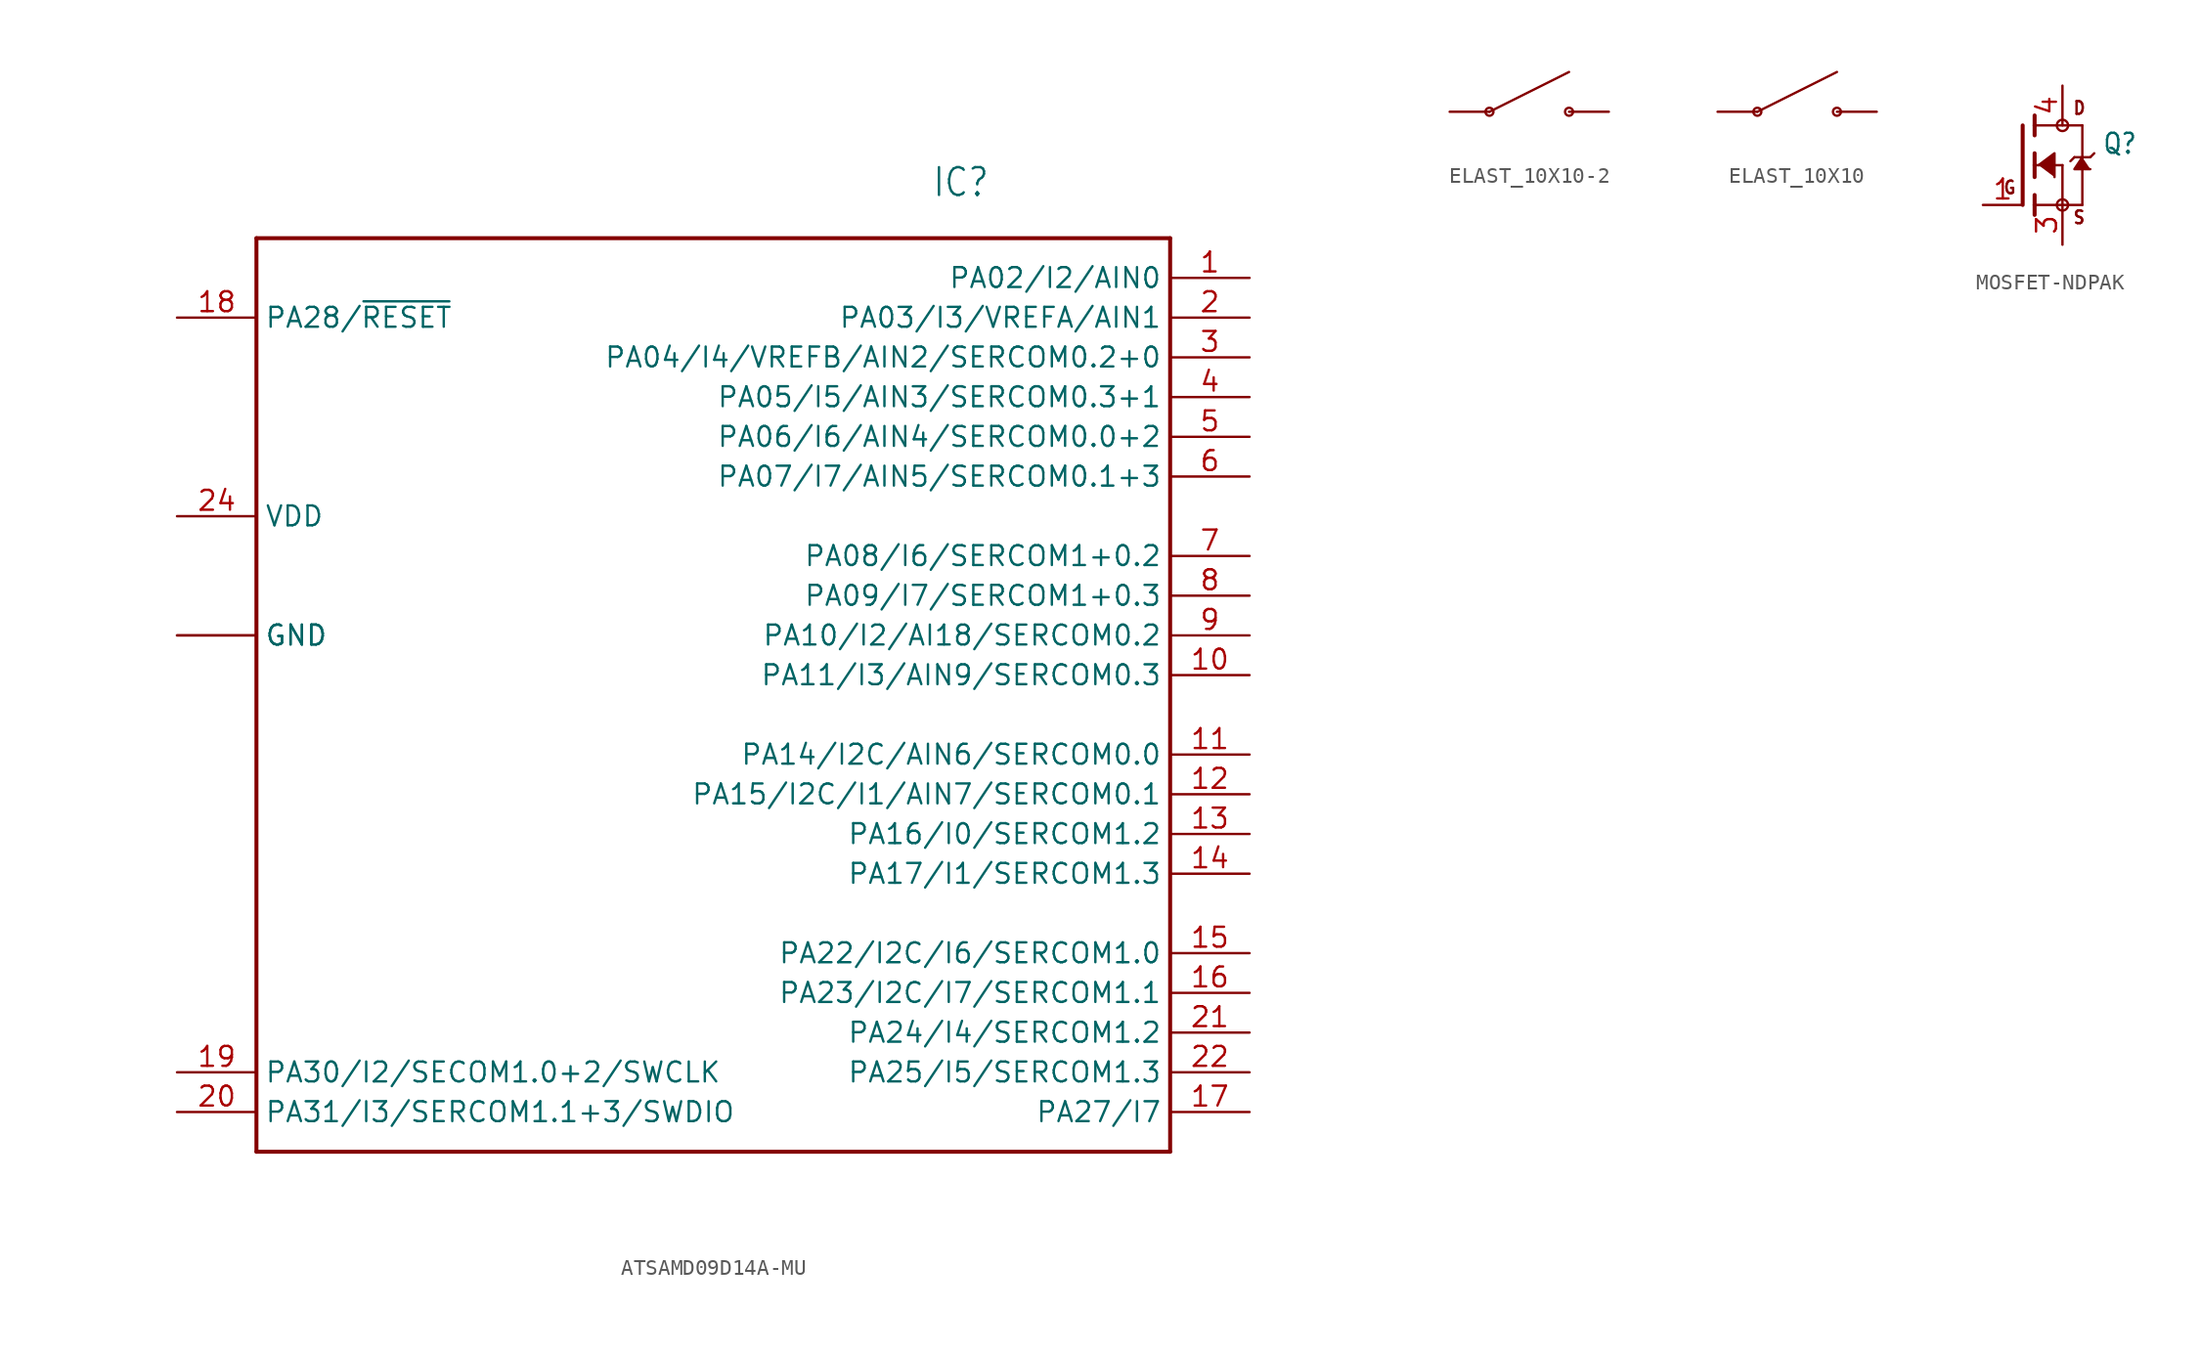
<source format=kicad_sym>
(kicad_symbol_lib
  (version 20220914)
  (generator kicad_symbol_editor)
  (symbol "ATSAMD09D14A-MU"
    (property "Reference" "IC"
      (at 12.7 33.02 0)
      (effects (font (size 1.778 1.511)) (justify left bottom)))
    (property "Value" ""
      (at -30.48 33.02 0)
      (effects (font (size 1.778 1.511)) (justify left bottom)))
    (property "ki_locked" ""
      (at 0 0 0)
      (effects (font (size 1.27 1.27))))
    (symbol "ATSAMD09D14A-MU_1_0"
      (polyline (pts (xy -30.48 -27.94) (xy -30.48 30.48)) (stroke (width 0.254) (type solid)) (fill (type none)))
      (polyline (pts (xy -30.48 30.48) (xy 27.94 30.48)) (stroke (width 0.254) (type solid)) (fill (type none)))
      (polyline (pts (xy 27.94 -27.94) (xy -30.48 -27.94)) (stroke (width 0.254) (type solid)) (fill (type none)))
      (polyline (pts (xy 27.94 30.48) (xy 27.94 -27.94)) (stroke (width 0.254) (type solid)) (fill (type none)))
      (pin bidirectional line (at 33.02 27.94 180) (length 5.08) (name "PA02/I2/AIN0" (effects (font (size 1.27 1.27)))) (number "1" (effects (font (size 1.27 1.27)))))
      (pin bidirectional line (at 33.02 2.54 180) (length 5.08) (name "PA11/I3/AIN9/SERCOM0.3" (effects (font (size 1.27 1.27)))) (number "10" (effects (font (size 1.27 1.27)))))
      (pin bidirectional line (at 33.02 -2.54 180) (length 5.08) (name "PA14/I2C/AIN6/SERCOM0.0" (effects (font (size 1.27 1.27)))) (number "11" (effects (font (size 1.27 1.27)))))
      (pin bidirectional line (at 33.02 -5.08 180) (length 5.08) (name "PA15/I2C/I1/AIN7/SERCOM0.1" (effects (font (size 1.27 1.27)))) (number "12" (effects (font (size 1.27 1.27)))))
      (pin bidirectional line (at 33.02 -7.62 180) (length 5.08) (name "PA16/I0/SERCOM1.2" (effects (font (size 1.27 1.27)))) (number "13" (effects (font (size 1.27 1.27)))))
      (pin bidirectional line (at 33.02 -10.16 180) (length 5.08) (name "PA17/I1/SERCOM1.3" (effects (font (size 1.27 1.27)))) (number "14" (effects (font (size 1.27 1.27)))))
      (pin bidirectional line (at 33.02 -15.24 180) (length 5.08) (name "PA22/I2C/I6/SERCOM1.0" (effects (font (size 1.27 1.27)))) (number "15" (effects (font (size 1.27 1.27)))))
      (pin bidirectional line (at 33.02 -17.78 180) (length 5.08) (name "PA23/I2C/I7/SERCOM1.1" (effects (font (size 1.27 1.27)))) (number "16" (effects (font (size 1.27 1.27)))))
      (pin bidirectional line (at 33.02 -25.4 180) (length 5.08) (name "PA27/I7" (effects (font (size 1.27 1.27)))) (number "17" (effects (font (size 1.27 1.27)))))
      (pin bidirectional line (at -35.56 25.4 0) (length 5.08) (name "PA28/~{RESET}" (effects (font (size 1.27 1.27)))) (number "18" (effects (font (size 1.27 1.27)))))
      (pin bidirectional line (at -35.56 -22.86 0) (length 5.08) (name "PA30/I2/SECOM1.0+2/SWCLK" (effects (font (size 1.27 1.27)))) (number "19" (effects (font (size 1.27 1.27)))))
      (pin bidirectional line (at 33.02 25.4 180) (length 5.08) (name "PA03/I3/VREFA/AIN1" (effects (font (size 1.27 1.27)))) (number "2" (effects (font (size 1.27 1.27)))))
      (pin bidirectional line (at -35.56 -25.4 0) (length 5.08) (name "PA31/I3/SERCOM1.1+3/SWDIO" (effects (font (size 1.27 1.27)))) (number "20" (effects (font (size 1.27 1.27)))))
      (pin bidirectional line (at 33.02 -20.32 180) (length 5.08) (name "PA24/I4/SERCOM1.2" (effects (font (size 1.27 1.27)))) (number "21" (effects (font (size 1.27 1.27)))))
      (pin bidirectional line (at 33.02 -22.86 180) (length 5.08) (name "PA25/I5/SERCOM1.3" (effects (font (size 1.27 1.27)))) (number "22" (effects (font (size 1.27 1.27)))))
      (pin power_in line (at -35.56 5.08 0) (length 5.08) (name "GND" (effects (font (size 1.27 1.27)))) (number "23" (effects (font (size 0 0)))))
      (pin power_in line (at -35.56 12.7 0) (length 5.08) (name "VDD" (effects (font (size 1.27 1.27)))) (number "24" (effects (font (size 1.27 1.27)))))
      (pin bidirectional line (at 33.02 22.86 180) (length 5.08) (name "PA04/I4/VREFB/AIN2/SERCOM0.2+0" (effects (font (size 1.27 1.27)))) (number "3" (effects (font (size 1.27 1.27)))))
      (pin bidirectional line (at 33.02 20.32 180) (length 5.08) (name "PA05/I5/AIN3/SERCOM0.3+1" (effects (font (size 1.27 1.27)))) (number "4" (effects (font (size 1.27 1.27)))))
      (pin bidirectional line (at 33.02 17.78 180) (length 5.08) (name "PA06/I6/AIN4/SERCOM0.0+2" (effects (font (size 1.27 1.27)))) (number "5" (effects (font (size 1.27 1.27)))))
      (pin bidirectional line (at 33.02 15.24 180) (length 5.08) (name "PA07/I7/AIN5/SERCOM0.1+3" (effects (font (size 1.27 1.27)))) (number "6" (effects (font (size 1.27 1.27)))))
      (pin bidirectional line (at 33.02 10.16 180) (length 5.08) (name "PA08/I6/SERCOM1+0.2" (effects (font (size 1.27 1.27)))) (number "7" (effects (font (size 1.27 1.27)))))
      (pin bidirectional line (at 33.02 7.62 180) (length 5.08) (name "PA09/I7/SERCOM1+0.3" (effects (font (size 1.27 1.27)))) (number "8" (effects (font (size 1.27 1.27)))))
      (pin bidirectional line (at 33.02 5.08 180) (length 5.08) (name "PA10/I2/AI18/SERCOM0.2" (effects (font (size 1.27 1.27)))) (number "9" (effects (font (size 1.27 1.27)))))
      (pin power_in line (at -35.56 5.08 0) (length 5.08) (name "GND" (effects (font (size 1.27 1.27)))) (number "THERM" (effects (font (size 0 0)))))))
  (symbol "ELAST_10X10-2"
    (property "Reference" ""
      (at -2.54 2.54 0)
      (effects (font (size 1.27 1.079)) (justify left bottom) hide))
    (property "Value" ""
      (at -2.54 -2.54 0)
      (effects (font (size 1.27 1.079)) (justify left bottom)))
    (property "ki_locked" ""
      (at 0 0 0)
      (effects (font (size 1.27 1.27))))
    (symbol "ELAST_10X10-2_1_0"
      (circle (center -2.54 0) (radius 0.254) (stroke (width 0.152) (type solid)) (fill (type none)))
      (polyline (pts (xy -2.54 0) (xy 2.54 2.54)) (stroke (width 0.152) (type solid)) (fill (type none)))
      (circle (center 2.54 0) (radius 0.254) (stroke (width 0.152) (type solid)) (fill (type none)))
      (pin bidirectional line (at -5.08 0 0) (length 2.54) (name "SW1" (effects (font (size 0 0)))) (number "SW1" (effects (font (size 0 0)))))
      (pin bidirectional line (at 5.08 0 180) (length 2.54) (name "SW2" (effects (font (size 0 0)))) (number "SW2" (effects (font (size 0 0)))))))
  (symbol "ELAST_10X10"
    (property "Reference" ""
      (at -2.54 2.54 0)
      (effects (font (size 1.27 1.079)) (justify left bottom) hide))
    (property "Value" ""
      (at -2.54 -2.54 0)
      (effects (font (size 1.27 1.079)) (justify left bottom)))
    (property "ki_locked" ""
      (at 0 0 0)
      (effects (font (size 1.27 1.27))))
    (symbol "ELAST_10X10_1_0"
      (circle (center -2.54 0) (radius 0.254) (stroke (width 0.152) (type solid)) (fill (type none)))
      (polyline (pts (xy -2.54 0) (xy 2.54 2.54)) (stroke (width 0.152) (type solid)) (fill (type none)))
      (circle (center 2.54 0) (radius 0.254) (stroke (width 0.152) (type solid)) (fill (type none)))
      (pin bidirectional line (at -5.08 0 0) (length 2.54) (name "P$1" (effects (font (size 0 0)))) (number "P$1" (effects (font (size 0 0)))))
      (pin bidirectional line (at 5.08 0 180) (length 2.54) (name "P$2" (effects (font (size 0 0)))) (number "P$2" (effects (font (size 0 0)))))))
  (symbol "MOSFET-NDPAK"
    (property "Reference" "Q"
      (at 5.08 0.635 0)
      (effects (font (size 1.27 1.079)) (justify left bottom)))
    (property "Value" ""
      (at 5.08 -1.27 0)
      (effects (font (size 1.27 1.079)) (justify left bottom)))
    (property "ki_locked" ""
      (at 0 0 0)
      (effects (font (size 1.27 1.27))))
    (symbol "MOSFET-NDPAK_1_0"
      (polyline (pts (xy 0 2.54) (xy 0 -2.54)) (stroke (width 0.254) (type solid)) (fill (type none)))
      (polyline (pts (xy 0.762 -2.54) (xy 0.762 -3.175)) (stroke (width 0.254) (type solid)) (fill (type none)))
      (polyline (pts (xy 0.762 -1.905) (xy 0.762 -2.54)) (stroke (width 0.254) (type solid)) (fill (type none)))
      (polyline (pts (xy 0.762 0) (xy 0.762 -0.762)) (stroke (width 0.254) (type solid)) (fill (type none)))
      (polyline (pts (xy 0.762 0) (xy 2.54 0)) (stroke (width 0.152) (type solid)) (fill (type none)))
      (polyline (pts (xy 0.762 0.762) (xy 0.762 0)) (stroke (width 0.254) (type solid)) (fill (type none)))
      (polyline (pts (xy 0.762 2.54) (xy 0.762 1.905)) (stroke (width 0.254) (type solid)) (fill (type none)))
      (polyline (pts (xy 0.762 2.54) (xy 3.81 2.54)) (stroke (width 0.152) (type solid)) (fill (type none)))
      (polyline (pts (xy 0.762 3.175) (xy 0.762 2.54)) (stroke (width 0.254) (type solid)) (fill (type none)))
      (polyline (pts (xy 2.54 -2.54) (xy 0.762 -2.54)) (stroke (width 0.152) (type solid)) (fill (type none)))
      (polyline (pts (xy 2.54 -2.54) (xy 3.81 -2.54)) (stroke (width 0.152) (type solid)) (fill (type none)))
      (polyline (pts (xy 2.54 0) (xy 2.54 -2.54)) (stroke (width 0.152) (type solid)) (fill (type none)))
      (polyline (pts (xy 3.302 0.508) (xy 3.048 0.254)) (stroke (width 0.152) (type solid)) (fill (type none)))
      (polyline (pts (xy 3.81 0.508) (xy 3.302 0.508)) (stroke (width 0.152) (type solid)) (fill (type none)))
      (polyline (pts (xy 3.81 0.508) (xy 3.81 -2.54)) (stroke (width 0.152) (type solid)) (fill (type none)))
      (polyline (pts (xy 3.81 2.54) (xy 3.81 0.508)) (stroke (width 0.152) (type solid)) (fill (type none)))
      (polyline (pts (xy 4.318 0.508) (xy 3.81 0.508)) (stroke (width 0.152) (type solid)) (fill (type none)))
      (polyline (pts (xy 4.572 0.762) (xy 4.318 0.508)) (stroke (width 0.152) (type solid)) (fill (type none)))
      (polyline (pts (xy 1.016 0) (xy 2.032 0.762) (xy 2.032 -0.762)) (stroke (width 0.152) (type solid)) (fill (type outline)))
      (polyline (pts (xy 3.81 0.508) (xy 3.302 -0.254) (xy 4.318 -0.254)) (stroke (width 0.152) (type solid)) (fill (type outline)))
      (circle (center 2.54 -2.54) (radius 0.359) (stroke (width 0) (type solid)) (fill (type none)))
      (circle (center 2.54 2.54) (radius 0.359) (stroke (width 0) (type solid)) (fill (type none)))
      (text "D" (at 3.175 3.175 0) (effects (font (size 0.813 0.691)) (justify left bottom)))
      (text "G" (at -1.27 -1.905 0) (effects (font (size 0.813 0.691)) (justify left bottom)))
      (text "S" (at 3.175 -3.81 0) (effects (font (size 0.813 0.691)) (justify left bottom)))
      (pin bidirectional line (at -2.54 -2.54 0) (length 2.54) (name "G" (effects (font (size 0 0)))) (number "1" (effects (font (size 1.27 1.27)))))
      (pin bidirectional line (at 2.54 -5.08 90) (length 2.54) (name "S" (effects (font (size 0 0)))) (number "3" (effects (font (size 1.27 1.27)))))
      (pin bidirectional line (at 2.54 5.08 270) (length 2.54) (name "D" (effects (font (size 0 0)))) (number "4" (effects (font (size 1.27 1.27))))))))
</source>
